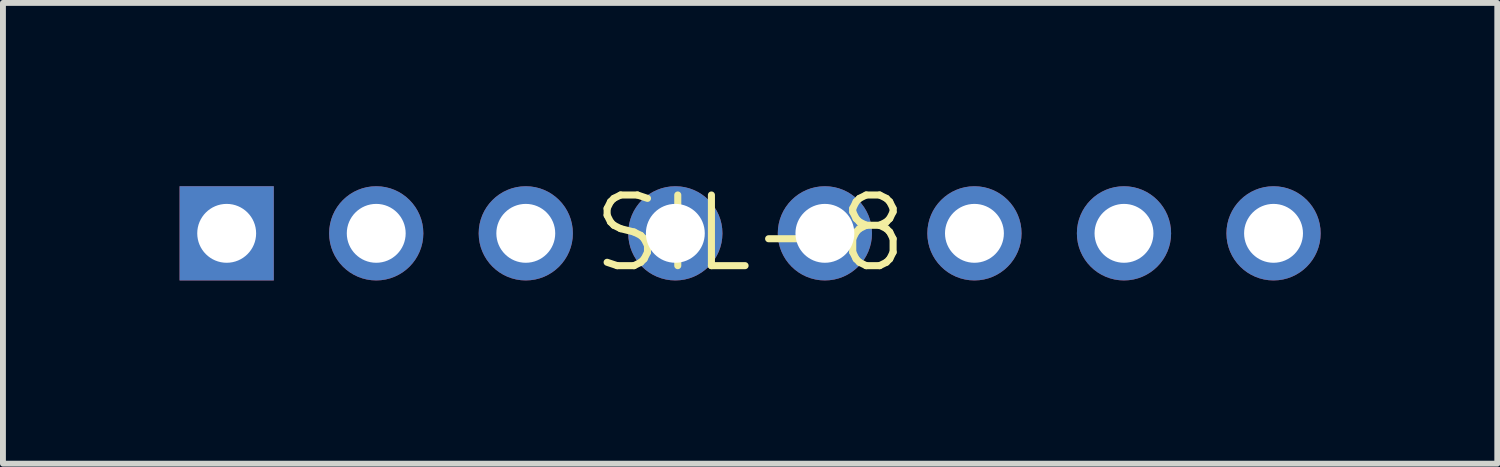
<source format=kicad_pcb>
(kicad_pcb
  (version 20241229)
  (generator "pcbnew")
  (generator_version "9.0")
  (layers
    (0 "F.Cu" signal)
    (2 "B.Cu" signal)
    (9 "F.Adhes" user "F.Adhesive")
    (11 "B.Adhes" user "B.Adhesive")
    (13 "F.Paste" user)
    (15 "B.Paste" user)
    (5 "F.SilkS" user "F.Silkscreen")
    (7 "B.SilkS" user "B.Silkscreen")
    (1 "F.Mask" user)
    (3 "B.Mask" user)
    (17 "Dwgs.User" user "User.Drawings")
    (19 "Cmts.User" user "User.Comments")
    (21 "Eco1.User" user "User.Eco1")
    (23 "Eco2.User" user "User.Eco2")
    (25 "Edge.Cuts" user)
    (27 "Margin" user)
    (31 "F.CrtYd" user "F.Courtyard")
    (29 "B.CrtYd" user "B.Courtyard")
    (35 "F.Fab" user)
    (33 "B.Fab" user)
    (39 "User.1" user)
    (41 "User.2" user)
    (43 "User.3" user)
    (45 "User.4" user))
  (footprint "SIL-8"
    (layer "F.Cu")
    (at 9.69 0.913)
    (property "Reference" "SIL-8" (at 0 0 0) (layer "F.SilkS") (effects (font (size 1.2 1.2) (thickness 0.12))))
    (attr through_hole)
    (pad "1" thru_hole rect (at -8.89 0) (size 1.6 1.6) (drill 1) (layers "*.Cu" "*.Mask"))
    (pad "2" thru_hole circle (at -6.35 0) (size 1.6 1.6) (drill 1) (layers "*.Cu" "*.Mask"))
    (pad "3" thru_hole circle (at -3.81 0) (size 1.6 1.6) (drill 1) (layers "*.Cu" "*.Mask"))
    (pad "4" thru_hole circle (at -1.27 0) (size 1.6 1.6) (drill 1) (layers "*.Cu" "*.Mask"))
    (pad "5" thru_hole circle (at 1.27 0) (size 1.6 1.6) (drill 1) (layers "*.Cu" "*.Mask"))
    (pad "6" thru_hole circle (at 3.81 0) (size 1.6 1.6) (drill 1) (layers "*.Cu" "*.Mask"))
    (pad "7" thru_hole circle (at 6.35 0) (size 1.6 1.6) (drill 1) (layers "*.Cu" "*.Mask"))
    (pad "8" thru_hole circle (at 8.89 0) (size 1.6 1.6) (drill 1) (layers "*.Cu" "*.Mask")))
  (gr_rect
    (start -3 -3)
    (end 22.38 4.825)
    (stroke (width 0.1) (type default))
    (fill no)
    (layer "Edge.Cuts")))
</source>
